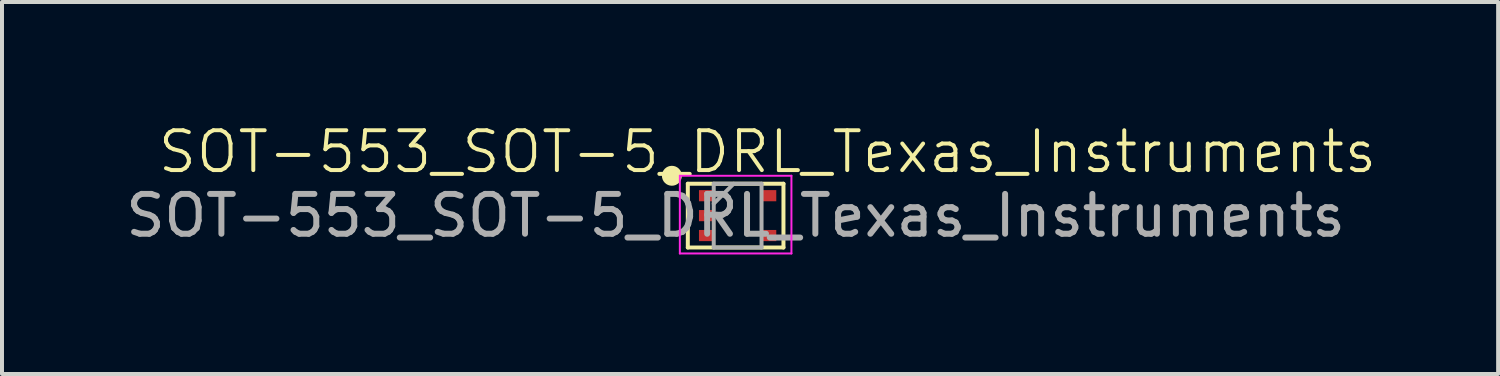
<source format=kicad_pcb>
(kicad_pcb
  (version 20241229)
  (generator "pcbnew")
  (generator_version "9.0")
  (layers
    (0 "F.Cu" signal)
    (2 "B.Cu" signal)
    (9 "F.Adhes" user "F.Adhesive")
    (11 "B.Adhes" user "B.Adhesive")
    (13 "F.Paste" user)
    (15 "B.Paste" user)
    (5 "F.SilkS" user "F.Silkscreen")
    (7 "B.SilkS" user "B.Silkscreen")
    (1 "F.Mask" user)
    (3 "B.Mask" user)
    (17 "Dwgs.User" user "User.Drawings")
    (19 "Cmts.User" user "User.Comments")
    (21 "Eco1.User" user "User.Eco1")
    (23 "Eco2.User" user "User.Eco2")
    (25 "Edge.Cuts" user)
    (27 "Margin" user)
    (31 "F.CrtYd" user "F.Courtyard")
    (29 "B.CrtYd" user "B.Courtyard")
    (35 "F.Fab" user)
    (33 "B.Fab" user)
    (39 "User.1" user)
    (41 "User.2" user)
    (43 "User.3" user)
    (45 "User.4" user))
  (footprint "SOT-553_SOT-5_DRL_Texas_Instruments"
    (layer "F.Cu")
    (at 14.411 1.361)
    (property "Reference" "SOT-553_SOT-5_DRL_Texas_Instruments" (at 1.8 -0.6 0) (unlocked yes) (layer "F.SilkS") (effects (font (size 1 1) (thickness 0.1))))
    (attr through_hole)
    (fp_line (start -0.2 0.2) (end 2.2 0.2) (stroke (width 0.1) (type solid)) (layer "F.SilkS"))
    (fp_line (start -0.2 1.8) (end -0.2 0.2) (stroke (width 0.1) (type solid)) (layer "F.SilkS"))
    (fp_line (start 2.2 0.2) (end 2.2 1.8) (stroke (width 0.1) (type solid)) (layer "F.SilkS"))
    (fp_line (start 2.2 1.8) (end -0.2 1.8) (stroke (width 0.1) (type solid)) (layer "F.SilkS"))
    (fp_circle (center -0.6 0) (end -0.6 -0.2) (stroke (width 0.1) (type solid)) (fill yes) (layer "F.SilkS"))
    (fp_line (start -0.4 0) (end 2.4 0) (stroke (width 0.05) (type solid)) (layer "F.CrtYd"))
    (fp_line (start -0.4 1.95) (end -0.4 0) (stroke (width 0.05) (type solid)) (layer "F.CrtYd"))
    (fp_line (start 2.4 0) (end 2.4 1.95) (stroke (width 0.05) (type solid)) (layer "F.CrtYd"))
    (fp_line (start 2.4 1.95) (end -0.4 1.95) (stroke (width 0.05) (type solid)) (layer "F.CrtYd"))
    (fp_line (start 0.45 0.2) (end 1.65 0.2) (stroke (width 0.1) (type solid)) (layer "F.Fab"))
    (fp_line (start 0.45 0.7) (end 0.95 0.2) (stroke (width 0.1) (type solid)) (layer "F.Fab"))
    (fp_line (start 0.45 1.8) (end 0.45 0.2) (stroke (width 0.1) (type solid)) (layer "F.Fab"))
    (fp_line (start 1.65 0.2) (end 1.65 1.8) (stroke (width 0.1) (type solid)) (layer "F.Fab"))
    (fp_line (start 1.65 1.8) (end 0.45 1.8) (stroke (width 0.1) (type solid)) (layer "F.Fab"))
    (fp_text user "${REFERENCE}" (at 1 1 0) (unlocked yes) (layer "F.Fab") (effects (font (size 1 1) (thickness 0.15))))
    (pad "1" smd rect (at 0.265 0.5 90) (size 0.28 0.37) (layers "F.Cu" "F.Mask" "F.Paste"))
    (pad "2" smd rect (at 0.265 1 90) (size 0.28 0.37) (layers "F.Cu" "F.Mask" "F.Paste"))
    (pad "3" smd rect (at 0.265 1.5 90) (size 0.28 0.37) (layers "F.Cu" "F.Mask" "F.Paste"))
    (pad "4" smd rect (at 1.835 1.5 90) (size 0.28 0.37) (layers "F.Cu" "F.Mask" "F.Paste"))
    (pad "5" smd rect (at 1.835 0.5 90) (size 0.28 0.37) (layers "F.Cu" "F.Mask" "F.Paste")))
  (gr_rect
    (start -3 -3)
    (end 34.546 6.335)
    (stroke (width 0.1) (type default))
    (fill no)
    (layer "Edge.Cuts")))
</source>
